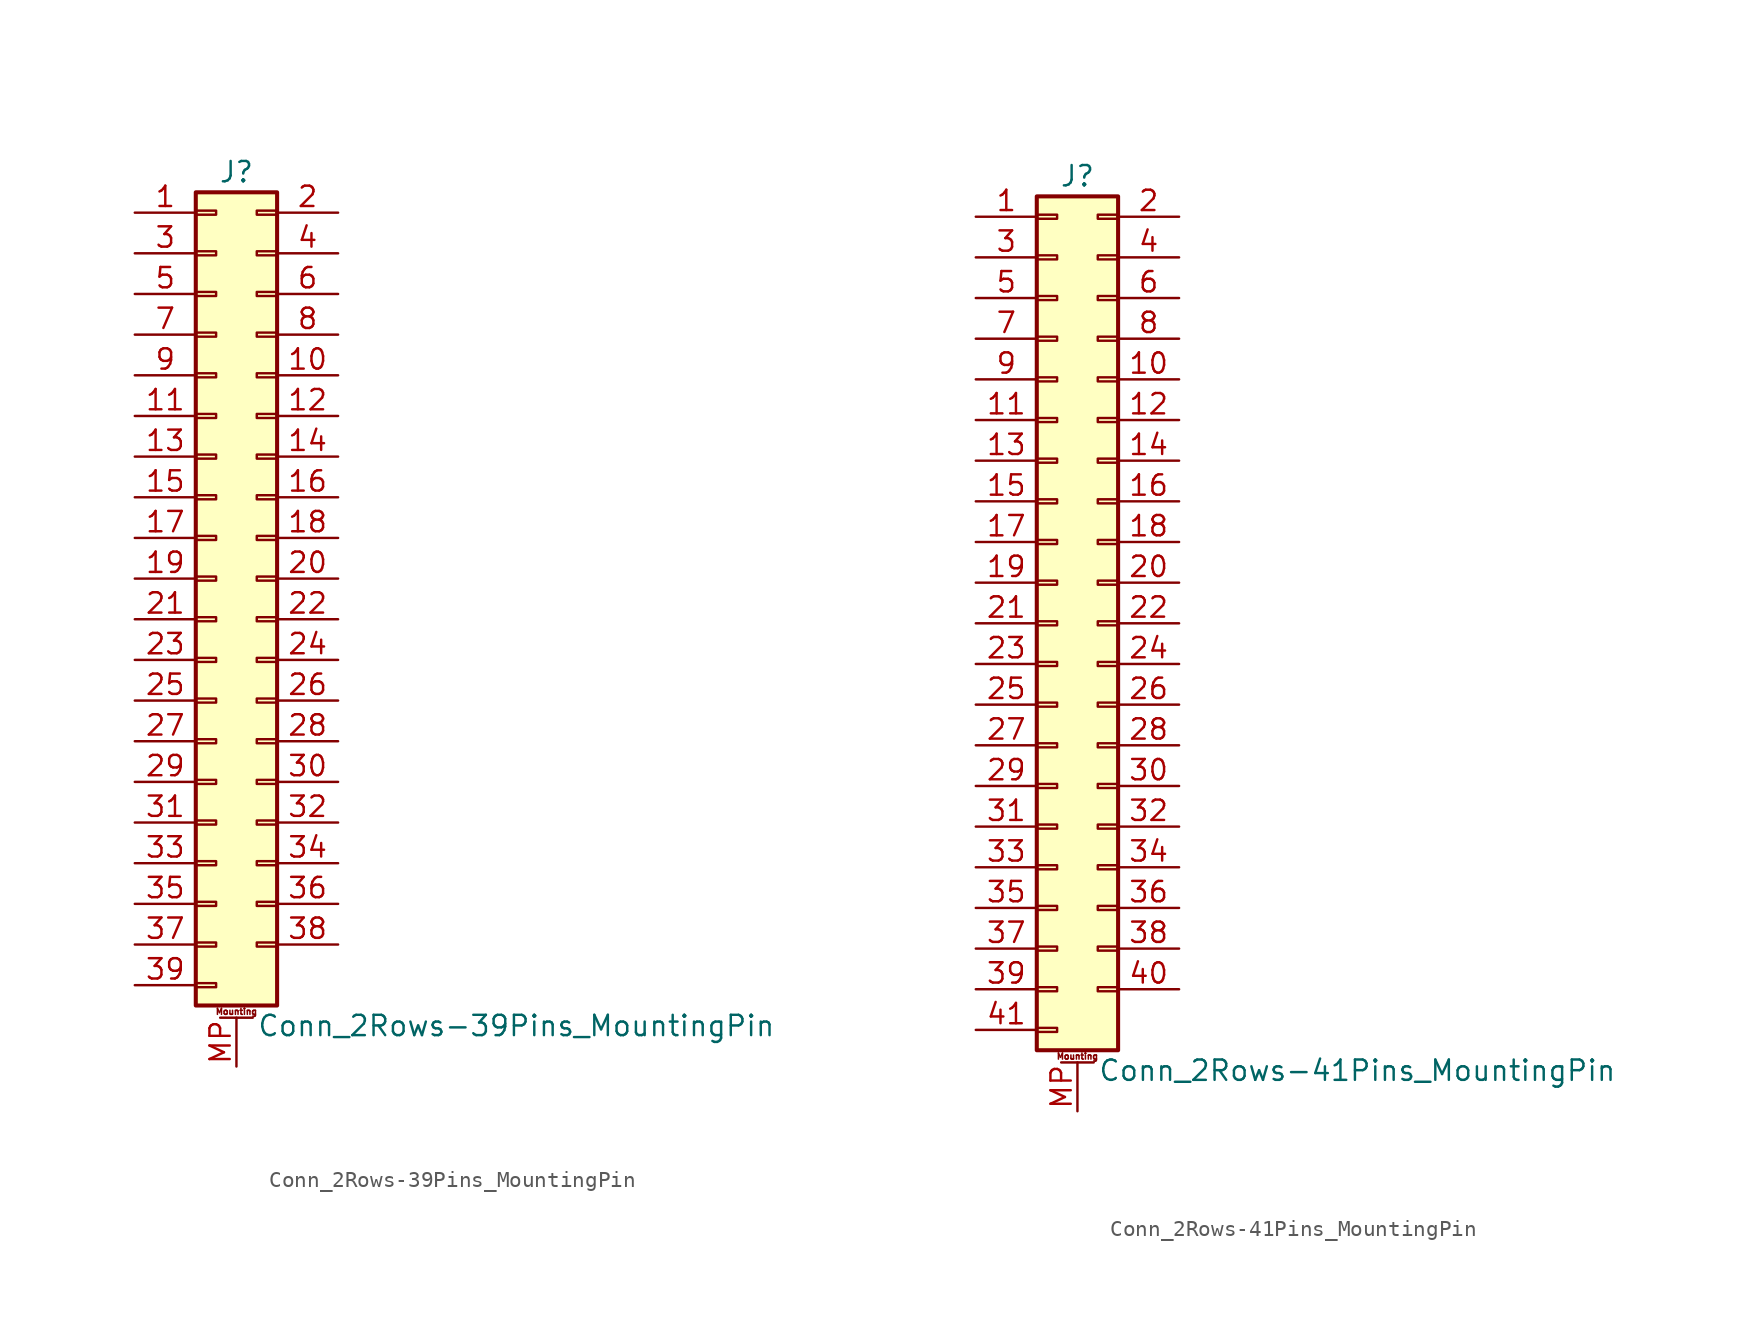
<source format=kicad_sym>
(kicad_symbol_lib
  (version 20200908)
  (generator kicad_symbol_editor)
  (symbol "Connector_Generic_MountingPin:Conn_2Rows-39Pins_MountingPin"
    (pin_names
      (offset 1.016) hide)
    (property "Reference" "J"
      (at 1.27 25.4 0)
      (effects (font (size 1.27 1.27))))
    (property "Value" "Conn_2Rows-39Pins_MountingPin"
      (at 2.54 -27.94 0)
      (effects (font (size 1.27 1.27)) (justify left)))
    (symbol "Conn_2Rows-39Pins_MountingPin_1_1"
      (text "Mounting" (at 1.27 -27.051 0) (effects (font (size 0.381 0.381))))
      (rectangle (start -1.27 -4.953) (end 0 -5.207) (stroke (width 0.152)) (fill (type none)))
      (rectangle (start -1.27 -7.493) (end 0 -7.747) (stroke (width 0.152)) (fill (type none)))
      (rectangle (start -1.27 -10.033) (end 0 -10.287) (stroke (width 0.152)) (fill (type none)))
      (rectangle (start -1.27 -12.573) (end 0 -12.827) (stroke (width 0.152)) (fill (type none)))
      (rectangle (start -1.27 -15.113) (end 0 -15.367) (stroke (width 0.152)) (fill (type none)))
      (rectangle (start -1.27 -17.653) (end 0 -17.907) (stroke (width 0.152)) (fill (type none)))
      (rectangle (start -1.27 -20.193) (end 0 -20.447) (stroke (width 0.152)) (fill (type none)))
      (rectangle (start -1.27 -22.733) (end 0 -22.987) (stroke (width 0.152)) (fill (type none)))
      (rectangle (start -1.27 -2.413) (end 0 -2.667) (stroke (width 0.152)) (fill (type none)))
      (rectangle (start -1.27 -25.273) (end 0 -25.527) (stroke (width 0.152)) (fill (type none)))
      (rectangle (start -1.27 2.667) (end 0 2.413) (stroke (width 0.152)) (fill (type none)))
      (rectangle (start -1.27 5.207) (end 0 4.953) (stroke (width 0.152)) (fill (type none)))
      (rectangle (start -1.27 7.747) (end 0 7.493) (stroke (width 0.152)) (fill (type none)))
      (rectangle (start -1.27 10.287) (end 0 10.033) (stroke (width 0.152)) (fill (type none)))
      (rectangle (start -1.27 0.127) (end 0 -0.127) (stroke (width 0.152)) (fill (type none)))
      (rectangle (start -1.27 12.827) (end 0 12.573) (stroke (width 0.152)) (fill (type none)))
      (rectangle (start -1.27 15.367) (end 0 15.113) (stroke (width 0.152)) (fill (type none)))
      (rectangle (start -1.27 17.907) (end 0 17.653) (stroke (width 0.152)) (fill (type none)))
      (rectangle (start -1.27 20.447) (end 0 20.193) (stroke (width 0.152)) (fill (type none)))
      (rectangle (start -1.27 22.987) (end 0 22.733) (stroke (width 0.152)) (fill (type none)))
      (rectangle (start -1.27 24.13) (end 3.81 -26.67) (stroke (width 0.254)) (fill (type background)))
      (rectangle (start 3.81 -4.953) (end 2.54 -5.207) (stroke (width 0.152)) (fill (type none)))
      (rectangle (start 3.81 -7.493) (end 2.54 -7.747) (stroke (width 0.152)) (fill (type none)))
      (rectangle (start 3.81 -10.033) (end 2.54 -10.287) (stroke (width 0.152)) (fill (type none)))
      (rectangle (start 3.81 -12.573) (end 2.54 -12.827) (stroke (width 0.152)) (fill (type none)))
      (rectangle (start 3.81 -15.113) (end 2.54 -15.367) (stroke (width 0.152)) (fill (type none)))
      (rectangle (start 3.81 -17.653) (end 2.54 -17.907) (stroke (width 0.152)) (fill (type none)))
      (rectangle (start 3.81 -20.193) (end 2.54 -20.447) (stroke (width 0.152)) (fill (type none)))
      (rectangle (start 3.81 -22.733) (end 2.54 -22.987) (stroke (width 0.152)) (fill (type none)))
      (rectangle (start 3.81 -2.413) (end 2.54 -2.667) (stroke (width 0.152)) (fill (type none)))
      (rectangle (start 3.81 2.667) (end 2.54 2.413) (stroke (width 0.152)) (fill (type none)))
      (rectangle (start 3.81 5.207) (end 2.54 4.953) (stroke (width 0.152)) (fill (type none)))
      (rectangle (start 3.81 7.747) (end 2.54 7.493) (stroke (width 0.152)) (fill (type none)))
      (rectangle (start 3.81 10.287) (end 2.54 10.033) (stroke (width 0.152)) (fill (type none)))
      (rectangle (start 3.81 0.127) (end 2.54 -0.127) (stroke (width 0.152)) (fill (type none)))
      (rectangle (start 3.81 12.827) (end 2.54 12.573) (stroke (width 0.152)) (fill (type none)))
      (rectangle (start 3.81 15.367) (end 2.54 15.113) (stroke (width 0.152)) (fill (type none)))
      (rectangle (start 3.81 17.907) (end 2.54 17.653) (stroke (width 0.152)) (fill (type none)))
      (rectangle (start 3.81 20.447) (end 2.54 20.193) (stroke (width 0.152)) (fill (type none)))
      (rectangle (start 3.81 22.987) (end 2.54 22.733) (stroke (width 0.152)) (fill (type none)))
      (polyline (pts (xy 0.254 -27.432) (xy 2.286 -27.432)) (stroke (width 0.152)) (fill (type none)))
      (pin passive line (at 1.27 -30.48 90) (length 3.048) (name "MountPin" (effects (font (size 1.27 1.27)))) (number "MP" (effects (font (size 1.27 1.27)))))
      (pin passive line (at -5.08 22.86 0) (length 3.81) (name "Pin_1" (effects (font (size 1.27 1.27)))) (number "1" (effects (font (size 1.27 1.27)))))
      (pin passive line (at 7.62 12.7 180) (length 3.81) (name "Pin_10" (effects (font (size 1.27 1.27)))) (number "10" (effects (font (size 1.27 1.27)))))
      (pin passive line (at -5.08 10.16 0) (length 3.81) (name "Pin_11" (effects (font (size 1.27 1.27)))) (number "11" (effects (font (size 1.27 1.27)))))
      (pin passive line (at 7.62 10.16 180) (length 3.81) (name "Pin_12" (effects (font (size 1.27 1.27)))) (number "12" (effects (font (size 1.27 1.27)))))
      (pin passive line (at -5.08 7.62 0) (length 3.81) (name "Pin_13" (effects (font (size 1.27 1.27)))) (number "13" (effects (font (size 1.27 1.27)))))
      (pin passive line (at 7.62 7.62 180) (length 3.81) (name "Pin_14" (effects (font (size 1.27 1.27)))) (number "14" (effects (font (size 1.27 1.27)))))
      (pin passive line (at -5.08 5.08 0) (length 3.81) (name "Pin_15" (effects (font (size 1.27 1.27)))) (number "15" (effects (font (size 1.27 1.27)))))
      (pin passive line (at 7.62 5.08 180) (length 3.81) (name "Pin_16" (effects (font (size 1.27 1.27)))) (number "16" (effects (font (size 1.27 1.27)))))
      (pin passive line (at -5.08 2.54 0) (length 3.81) (name "Pin_17" (effects (font (size 1.27 1.27)))) (number "17" (effects (font (size 1.27 1.27)))))
      (pin passive line (at 7.62 2.54 180) (length 3.81) (name "Pin_18" (effects (font (size 1.27 1.27)))) (number "18" (effects (font (size 1.27 1.27)))))
      (pin passive line (at -5.08 0 0) (length 3.81) (name "Pin_19" (effects (font (size 1.27 1.27)))) (number "19" (effects (font (size 1.27 1.27)))))
      (pin passive line (at 7.62 22.86 180) (length 3.81) (name "Pin_2" (effects (font (size 1.27 1.27)))) (number "2" (effects (font (size 1.27 1.27)))))
      (pin passive line (at 7.62 0 180) (length 3.81) (name "Pin_20" (effects (font (size 1.27 1.27)))) (number "20" (effects (font (size 1.27 1.27)))))
      (pin passive line (at -5.08 -2.54 0) (length 3.81) (name "Pin_21" (effects (font (size 1.27 1.27)))) (number "21" (effects (font (size 1.27 1.27)))))
      (pin passive line (at 7.62 -2.54 180) (length 3.81) (name "Pin_22" (effects (font (size 1.27 1.27)))) (number "22" (effects (font (size 1.27 1.27)))))
      (pin passive line (at -5.08 -5.08 0) (length 3.81) (name "Pin_23" (effects (font (size 1.27 1.27)))) (number "23" (effects (font (size 1.27 1.27)))))
      (pin passive line (at 7.62 -5.08 180) (length 3.81) (name "Pin_24" (effects (font (size 1.27 1.27)))) (number "24" (effects (font (size 1.27 1.27)))))
      (pin passive line (at -5.08 -7.62 0) (length 3.81) (name "Pin_25" (effects (font (size 1.27 1.27)))) (number "25" (effects (font (size 1.27 1.27)))))
      (pin passive line (at 7.62 -7.62 180) (length 3.81) (name "Pin_26" (effects (font (size 1.27 1.27)))) (number "26" (effects (font (size 1.27 1.27)))))
      (pin passive line (at -5.08 -10.16 0) (length 3.81) (name "Pin_27" (effects (font (size 1.27 1.27)))) (number "27" (effects (font (size 1.27 1.27)))))
      (pin passive line (at 7.62 -10.16 180) (length 3.81) (name "Pin_28" (effects (font (size 1.27 1.27)))) (number "28" (effects (font (size 1.27 1.27)))))
      (pin passive line (at -5.08 -12.7 0) (length 3.81) (name "Pin_29" (effects (font (size 1.27 1.27)))) (number "29" (effects (font (size 1.27 1.27)))))
      (pin passive line (at -5.08 20.32 0) (length 3.81) (name "Pin_3" (effects (font (size 1.27 1.27)))) (number "3" (effects (font (size 1.27 1.27)))))
      (pin passive line (at 7.62 -12.7 180) (length 3.81) (name "Pin_30" (effects (font (size 1.27 1.27)))) (number "30" (effects (font (size 1.27 1.27)))))
      (pin passive line (at -5.08 -15.24 0) (length 3.81) (name "Pin_31" (effects (font (size 1.27 1.27)))) (number "31" (effects (font (size 1.27 1.27)))))
      (pin passive line (at 7.62 -15.24 180) (length 3.81) (name "Pin_32" (effects (font (size 1.27 1.27)))) (number "32" (effects (font (size 1.27 1.27)))))
      (pin passive line (at -5.08 -17.78 0) (length 3.81) (name "Pin_33" (effects (font (size 1.27 1.27)))) (number "33" (effects (font (size 1.27 1.27)))))
      (pin passive line (at 7.62 -17.78 180) (length 3.81) (name "Pin_34" (effects (font (size 1.27 1.27)))) (number "34" (effects (font (size 1.27 1.27)))))
      (pin passive line (at -5.08 -20.32 0) (length 3.81) (name "Pin_35" (effects (font (size 1.27 1.27)))) (number "35" (effects (font (size 1.27 1.27)))))
      (pin passive line (at 7.62 -20.32 180) (length 3.81) (name "Pin_36" (effects (font (size 1.27 1.27)))) (number "36" (effects (font (size 1.27 1.27)))))
      (pin passive line (at -5.08 -22.86 0) (length 3.81) (name "Pin_37" (effects (font (size 1.27 1.27)))) (number "37" (effects (font (size 1.27 1.27)))))
      (pin passive line (at 7.62 -22.86 180) (length 3.81) (name "Pin_38" (effects (font (size 1.27 1.27)))) (number "38" (effects (font (size 1.27 1.27)))))
      (pin passive line (at -5.08 -25.4 0) (length 3.81) (name "Pin_39" (effects (font (size 1.27 1.27)))) (number "39" (effects (font (size 1.27 1.27)))))
      (pin passive line (at 7.62 20.32 180) (length 3.81) (name "Pin_4" (effects (font (size 1.27 1.27)))) (number "4" (effects (font (size 1.27 1.27)))))
      (pin passive line (at -5.08 17.78 0) (length 3.81) (name "Pin_5" (effects (font (size 1.27 1.27)))) (number "5" (effects (font (size 1.27 1.27)))))
      (pin passive line (at 7.62 17.78 180) (length 3.81) (name "Pin_6" (effects (font (size 1.27 1.27)))) (number "6" (effects (font (size 1.27 1.27)))))
      (pin passive line (at -5.08 15.24 0) (length 3.81) (name "Pin_7" (effects (font (size 1.27 1.27)))) (number "7" (effects (font (size 1.27 1.27)))))
      (pin passive line (at 7.62 15.24 180) (length 3.81) (name "Pin_8" (effects (font (size 1.27 1.27)))) (number "8" (effects (font (size 1.27 1.27)))))
      (pin passive line (at -5.08 12.7 0) (length 3.81) (name "Pin_9" (effects (font (size 1.27 1.27)))) (number "9" (effects (font (size 1.27 1.27)))))))
  (symbol "Connector_Generic_MountingPin:Conn_2Rows-41Pins_MountingPin"
    (pin_names
      (offset 1.016) hide)
    (property "Reference" "J"
      (at 1.27 27.94 0)
      (effects (font (size 1.27 1.27))))
    (property "Value" "Conn_2Rows-41Pins_MountingPin"
      (at 2.54 -27.94 0)
      (effects (font (size 1.27 1.27)) (justify left)))
    (symbol "Conn_2Rows-41Pins_MountingPin_1_1"
      (text "Mounting" (at 1.27 -27.051 0) (effects (font (size 0.381 0.381))))
      (rectangle (start -1.27 -4.953) (end 0 -5.207) (stroke (width 0.152)) (fill (type none)))
      (rectangle (start -1.27 -7.493) (end 0 -7.747) (stroke (width 0.152)) (fill (type none)))
      (rectangle (start -1.27 -10.033) (end 0 -10.287) (stroke (width 0.152)) (fill (type none)))
      (rectangle (start -1.27 -12.573) (end 0 -12.827) (stroke (width 0.152)) (fill (type none)))
      (rectangle (start -1.27 -15.113) (end 0 -15.367) (stroke (width 0.152)) (fill (type none)))
      (rectangle (start -1.27 -17.653) (end 0 -17.907) (stroke (width 0.152)) (fill (type none)))
      (rectangle (start -1.27 -20.193) (end 0 -20.447) (stroke (width 0.152)) (fill (type none)))
      (rectangle (start -1.27 -22.733) (end 0 -22.987) (stroke (width 0.152)) (fill (type none)))
      (rectangle (start -1.27 -2.413) (end 0 -2.667) (stroke (width 0.152)) (fill (type none)))
      (rectangle (start -1.27 -25.273) (end 0 -25.527) (stroke (width 0.152)) (fill (type none)))
      (rectangle (start -1.27 25.527) (end 0 25.273) (stroke (width 0.152)) (fill (type none)))
      (rectangle (start -1.27 2.667) (end 0 2.413) (stroke (width 0.152)) (fill (type none)))
      (rectangle (start -1.27 26.67) (end 3.81 -26.67) (stroke (width 0.254)) (fill (type background)))
      (rectangle (start -1.27 5.207) (end 0 4.953) (stroke (width 0.152)) (fill (type none)))
      (rectangle (start -1.27 7.747) (end 0 7.493) (stroke (width 0.152)) (fill (type none)))
      (rectangle (start -1.27 10.287) (end 0 10.033) (stroke (width 0.152)) (fill (type none)))
      (rectangle (start -1.27 0.127) (end 0 -0.127) (stroke (width 0.152)) (fill (type none)))
      (rectangle (start -1.27 12.827) (end 0 12.573) (stroke (width 0.152)) (fill (type none)))
      (rectangle (start -1.27 15.367) (end 0 15.113) (stroke (width 0.152)) (fill (type none)))
      (rectangle (start -1.27 17.907) (end 0 17.653) (stroke (width 0.152)) (fill (type none)))
      (rectangle (start -1.27 20.447) (end 0 20.193) (stroke (width 0.152)) (fill (type none)))
      (rectangle (start -1.27 22.987) (end 0 22.733) (stroke (width 0.152)) (fill (type none)))
      (rectangle (start 3.81 -4.953) (end 2.54 -5.207) (stroke (width 0.152)) (fill (type none)))
      (rectangle (start 3.81 -7.493) (end 2.54 -7.747) (stroke (width 0.152)) (fill (type none)))
      (rectangle (start 3.81 -10.033) (end 2.54 -10.287) (stroke (width 0.152)) (fill (type none)))
      (rectangle (start 3.81 -12.573) (end 2.54 -12.827) (stroke (width 0.152)) (fill (type none)))
      (rectangle (start 3.81 -15.113) (end 2.54 -15.367) (stroke (width 0.152)) (fill (type none)))
      (rectangle (start 3.81 -17.653) (end 2.54 -17.907) (stroke (width 0.152)) (fill (type none)))
      (rectangle (start 3.81 -20.193) (end 2.54 -20.447) (stroke (width 0.152)) (fill (type none)))
      (rectangle (start 3.81 -22.733) (end 2.54 -22.987) (stroke (width 0.152)) (fill (type none)))
      (rectangle (start 3.81 -2.413) (end 2.54 -2.667) (stroke (width 0.152)) (fill (type none)))
      (rectangle (start 3.81 25.527) (end 2.54 25.273) (stroke (width 0.152)) (fill (type none)))
      (rectangle (start 3.81 2.667) (end 2.54 2.413) (stroke (width 0.152)) (fill (type none)))
      (rectangle (start 3.81 5.207) (end 2.54 4.953) (stroke (width 0.152)) (fill (type none)))
      (rectangle (start 3.81 7.747) (end 2.54 7.493) (stroke (width 0.152)) (fill (type none)))
      (rectangle (start 3.81 10.287) (end 2.54 10.033) (stroke (width 0.152)) (fill (type none)))
      (rectangle (start 3.81 0.127) (end 2.54 -0.127) (stroke (width 0.152)) (fill (type none)))
      (rectangle (start 3.81 12.827) (end 2.54 12.573) (stroke (width 0.152)) (fill (type none)))
      (rectangle (start 3.81 15.367) (end 2.54 15.113) (stroke (width 0.152)) (fill (type none)))
      (rectangle (start 3.81 17.907) (end 2.54 17.653) (stroke (width 0.152)) (fill (type none)))
      (rectangle (start 3.81 20.447) (end 2.54 20.193) (stroke (width 0.152)) (fill (type none)))
      (rectangle (start 3.81 22.987) (end 2.54 22.733) (stroke (width 0.152)) (fill (type none)))
      (polyline (pts (xy 0.254 -27.432) (xy 2.286 -27.432)) (stroke (width 0.152)) (fill (type none)))
      (pin passive line (at 1.27 -30.48 90) (length 3.048) (name "MountPin" (effects (font (size 1.27 1.27)))) (number "MP" (effects (font (size 1.27 1.27)))))
      (pin passive line (at -5.08 25.4 0) (length 3.81) (name "Pin_1" (effects (font (size 1.27 1.27)))) (number "1" (effects (font (size 1.27 1.27)))))
      (pin passive line (at 7.62 15.24 180) (length 3.81) (name "Pin_10" (effects (font (size 1.27 1.27)))) (number "10" (effects (font (size 1.27 1.27)))))
      (pin passive line (at -5.08 12.7 0) (length 3.81) (name "Pin_11" (effects (font (size 1.27 1.27)))) (number "11" (effects (font (size 1.27 1.27)))))
      (pin passive line (at 7.62 12.7 180) (length 3.81) (name "Pin_12" (effects (font (size 1.27 1.27)))) (number "12" (effects (font (size 1.27 1.27)))))
      (pin passive line (at -5.08 10.16 0) (length 3.81) (name "Pin_13" (effects (font (size 1.27 1.27)))) (number "13" (effects (font (size 1.27 1.27)))))
      (pin passive line (at 7.62 10.16 180) (length 3.81) (name "Pin_14" (effects (font (size 1.27 1.27)))) (number "14" (effects (font (size 1.27 1.27)))))
      (pin passive line (at -5.08 7.62 0) (length 3.81) (name "Pin_15" (effects (font (size 1.27 1.27)))) (number "15" (effects (font (size 1.27 1.27)))))
      (pin passive line (at 7.62 7.62 180) (length 3.81) (name "Pin_16" (effects (font (size 1.27 1.27)))) (number "16" (effects (font (size 1.27 1.27)))))
      (pin passive line (at -5.08 5.08 0) (length 3.81) (name "Pin_17" (effects (font (size 1.27 1.27)))) (number "17" (effects (font (size 1.27 1.27)))))
      (pin passive line (at 7.62 5.08 180) (length 3.81) (name "Pin_18" (effects (font (size 1.27 1.27)))) (number "18" (effects (font (size 1.27 1.27)))))
      (pin passive line (at -5.08 2.54 0) (length 3.81) (name "Pin_19" (effects (font (size 1.27 1.27)))) (number "19" (effects (font (size 1.27 1.27)))))
      (pin passive line (at 7.62 25.4 180) (length 3.81) (name "Pin_2" (effects (font (size 1.27 1.27)))) (number "2" (effects (font (size 1.27 1.27)))))
      (pin passive line (at 7.62 2.54 180) (length 3.81) (name "Pin_20" (effects (font (size 1.27 1.27)))) (number "20" (effects (font (size 1.27 1.27)))))
      (pin passive line (at -5.08 0 0) (length 3.81) (name "Pin_21" (effects (font (size 1.27 1.27)))) (number "21" (effects (font (size 1.27 1.27)))))
      (pin passive line (at 7.62 0 180) (length 3.81) (name "Pin_22" (effects (font (size 1.27 1.27)))) (number "22" (effects (font (size 1.27 1.27)))))
      (pin passive line (at -5.08 -2.54 0) (length 3.81) (name "Pin_23" (effects (font (size 1.27 1.27)))) (number "23" (effects (font (size 1.27 1.27)))))
      (pin passive line (at 7.62 -2.54 180) (length 3.81) (name "Pin_24" (effects (font (size 1.27 1.27)))) (number "24" (effects (font (size 1.27 1.27)))))
      (pin passive line (at -5.08 -5.08 0) (length 3.81) (name "Pin_25" (effects (font (size 1.27 1.27)))) (number "25" (effects (font (size 1.27 1.27)))))
      (pin passive line (at 7.62 -5.08 180) (length 3.81) (name "Pin_26" (effects (font (size 1.27 1.27)))) (number "26" (effects (font (size 1.27 1.27)))))
      (pin passive line (at -5.08 -7.62 0) (length 3.81) (name "Pin_27" (effects (font (size 1.27 1.27)))) (number "27" (effects (font (size 1.27 1.27)))))
      (pin passive line (at 7.62 -7.62 180) (length 3.81) (name "Pin_28" (effects (font (size 1.27 1.27)))) (number "28" (effects (font (size 1.27 1.27)))))
      (pin passive line (at -5.08 -10.16 0) (length 3.81) (name "Pin_29" (effects (font (size 1.27 1.27)))) (number "29" (effects (font (size 1.27 1.27)))))
      (pin passive line (at -5.08 22.86 0) (length 3.81) (name "Pin_3" (effects (font (size 1.27 1.27)))) (number "3" (effects (font (size 1.27 1.27)))))
      (pin passive line (at 7.62 -10.16 180) (length 3.81) (name "Pin_30" (effects (font (size 1.27 1.27)))) (number "30" (effects (font (size 1.27 1.27)))))
      (pin passive line (at -5.08 -12.7 0) (length 3.81) (name "Pin_31" (effects (font (size 1.27 1.27)))) (number "31" (effects (font (size 1.27 1.27)))))
      (pin passive line (at 7.62 -12.7 180) (length 3.81) (name "Pin_32" (effects (font (size 1.27 1.27)))) (number "32" (effects (font (size 1.27 1.27)))))
      (pin passive line (at -5.08 -15.24 0) (length 3.81) (name "Pin_33" (effects (font (size 1.27 1.27)))) (number "33" (effects (font (size 1.27 1.27)))))
      (pin passive line (at 7.62 -15.24 180) (length 3.81) (name "Pin_34" (effects (font (size 1.27 1.27)))) (number "34" (effects (font (size 1.27 1.27)))))
      (pin passive line (at -5.08 -17.78 0) (length 3.81) (name "Pin_35" (effects (font (size 1.27 1.27)))) (number "35" (effects (font (size 1.27 1.27)))))
      (pin passive line (at 7.62 -17.78 180) (length 3.81) (name "Pin_36" (effects (font (size 1.27 1.27)))) (number "36" (effects (font (size 1.27 1.27)))))
      (pin passive line (at -5.08 -20.32 0) (length 3.81) (name "Pin_37" (effects (font (size 1.27 1.27)))) (number "37" (effects (font (size 1.27 1.27)))))
      (pin passive line (at 7.62 -20.32 180) (length 3.81) (name "Pin_38" (effects (font (size 1.27 1.27)))) (number "38" (effects (font (size 1.27 1.27)))))
      (pin passive line (at -5.08 -22.86 0) (length 3.81) (name "Pin_39" (effects (font (size 1.27 1.27)))) (number "39" (effects (font (size 1.27 1.27)))))
      (pin passive line (at 7.62 22.86 180) (length 3.81) (name "Pin_4" (effects (font (size 1.27 1.27)))) (number "4" (effects (font (size 1.27 1.27)))))
      (pin passive line (at 7.62 -22.86 180) (length 3.81) (name "Pin_40" (effects (font (size 1.27 1.27)))) (number "40" (effects (font (size 1.27 1.27)))))
      (pin passive line (at -5.08 -25.4 0) (length 3.81) (name "Pin_41" (effects (font (size 1.27 1.27)))) (number "41" (effects (font (size 1.27 1.27)))))
      (pin passive line (at -5.08 20.32 0) (length 3.81) (name "Pin_5" (effects (font (size 1.27 1.27)))) (number "5" (effects (font (size 1.27 1.27)))))
      (pin passive line (at 7.62 20.32 180) (length 3.81) (name "Pin_6" (effects (font (size 1.27 1.27)))) (number "6" (effects (font (size 1.27 1.27)))))
      (pin passive line (at -5.08 17.78 0) (length 3.81) (name "Pin_7" (effects (font (size 1.27 1.27)))) (number "7" (effects (font (size 1.27 1.27)))))
      (pin passive line (at 7.62 17.78 180) (length 3.81) (name "Pin_8" (effects (font (size 1.27 1.27)))) (number "8" (effects (font (size 1.27 1.27)))))
      (pin passive line (at -5.08 15.24 0) (length 3.81) (name "Pin_9" (effects (font (size 1.27 1.27)))) (number "9" (effects (font (size 1.27 1.27))))))))
</source>
